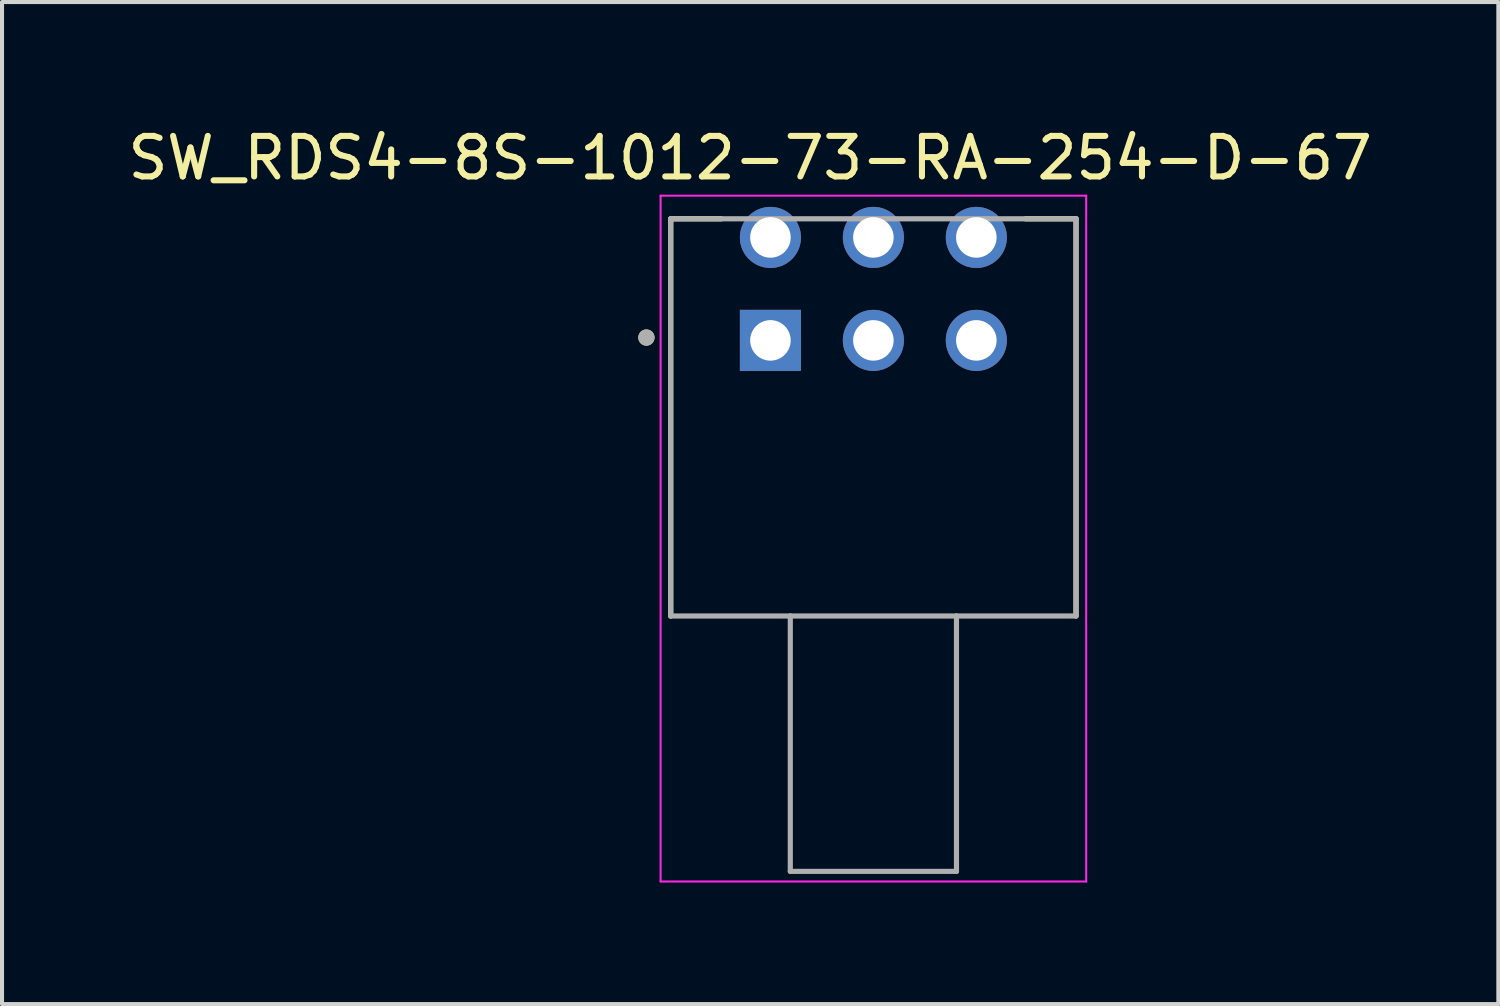
<source format=kicad_pcb>
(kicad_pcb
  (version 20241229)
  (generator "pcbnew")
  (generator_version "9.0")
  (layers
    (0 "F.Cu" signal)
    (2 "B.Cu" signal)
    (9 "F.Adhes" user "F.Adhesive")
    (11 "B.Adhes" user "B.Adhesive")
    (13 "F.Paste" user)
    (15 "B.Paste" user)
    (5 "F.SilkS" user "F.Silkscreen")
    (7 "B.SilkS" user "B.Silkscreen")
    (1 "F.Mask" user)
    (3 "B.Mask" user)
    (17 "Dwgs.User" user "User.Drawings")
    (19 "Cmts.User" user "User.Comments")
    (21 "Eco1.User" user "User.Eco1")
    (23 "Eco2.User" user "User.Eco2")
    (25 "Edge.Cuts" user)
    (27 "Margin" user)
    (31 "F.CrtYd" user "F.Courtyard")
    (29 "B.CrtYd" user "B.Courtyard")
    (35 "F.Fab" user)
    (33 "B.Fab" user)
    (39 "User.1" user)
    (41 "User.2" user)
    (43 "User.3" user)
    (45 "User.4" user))
  (footprint "SW_RDS4-8S-1012-73-RA-254-D-67"
    (layer "F.Cu")
    (at 15.958 5.348)
    (property "Reference" "SW_RDS4-8S-1012-73-RA-254-D-67" (at -0.5 -4.5 0) (layer "F.SilkS") (effects (font (size 1 1) (thickness 0.15))))
    (attr through_hole)
    (fp_line (start -2.46 -3) (end -2.46 6.8) (stroke (width 0.127) (type solid)) (layer "F.SilkS"))
    (fp_line (start -1.21 -3) (end -2.46 -3) (stroke (width 0.127) (type solid)) (layer "F.SilkS"))
    (fp_line (start 7.54 -3) (end 6.29 -3) (stroke (width 0.127) (type solid)) (layer "F.SilkS"))
    (fp_line (start 7.54 6.8) (end 7.54 -3) (stroke (width 0.127) (type solid)) (layer "F.SilkS"))
    (fp_circle (center -3.06 -0.07) (end -2.96 -0.07) (stroke (width 0.2) (type solid)) (fill no) (layer "F.SilkS"))
    (fp_line (start -2.71 -3.57) (end -2.71 13.35) (stroke (width 0.05) (type solid)) (layer "F.CrtYd"))
    (fp_line (start -2.71 13.35) (end 7.79 13.35) (stroke (width 0.05) (type solid)) (layer "F.CrtYd"))
    (fp_line (start 7.79 -3.57) (end -2.71 -3.57) (stroke (width 0.05) (type solid)) (layer "F.CrtYd"))
    (fp_line (start 7.79 13.35) (end 7.79 -3.57) (stroke (width 0.05) (type solid)) (layer "F.CrtYd"))
    (fp_line (start -2.46 -3) (end -2.46 6.8) (stroke (width 0.127) (type solid)) (layer "F.Fab"))
    (fp_line (start -2.46 6.8) (end 0.49 6.8) (stroke (width 0.127) (type solid)) (layer "F.Fab"))
    (fp_line (start 0.49 6.8) (end 0.49 13.1) (stroke (width 0.127) (type solid)) (layer "F.Fab"))
    (fp_line (start 0.49 6.8) (end 4.59 6.8) (stroke (width 0.127) (type solid)) (layer "F.Fab"))
    (fp_line (start 0.49 13.1) (end 4.59 13.1) (stroke (width 0.127) (type solid)) (layer "F.Fab"))
    (fp_line (start 4.59 6.8) (end 7.54 6.8) (stroke (width 0.127) (type solid)) (layer "F.Fab"))
    (fp_line (start 4.59 13.1) (end 4.59 6.8) (stroke (width 0.127) (type solid)) (layer "F.Fab"))
    (fp_line (start 7.54 -3) (end -2.46 -3) (stroke (width 0.127) (type solid)) (layer "F.Fab"))
    (fp_line (start 7.54 6.8) (end 7.54 -3) (stroke (width 0.127) (type solid)) (layer "F.Fab"))
    (fp_circle (center -3.06 -0.07) (end -2.96 -0.07) (stroke (width 0.2) (type solid)) (fill no) (layer "F.Fab"))
    (pad "1" thru_hole rect (at 0 0) (size 1.508 1.508) (drill 1) (layers "*.Cu" "*.Mask"))
    (pad "2" thru_hole circle (at 5.08 -2.54) (size 1.508 1.508) (drill 1) (layers "*.Cu" "*.Mask"))
    (pad "4" thru_hole circle (at 5.08 0) (size 1.508 1.508) (drill 1) (layers "*.Cu" "*.Mask"))
    (pad "C" thru_hole circle (at 2.54 -2.54) (size 1.508 1.508) (drill 1) (layers "*.Cu" "*.Mask"))
    (pad "C" thru_hole circle (at 2.54 0) (size 1.508 1.508) (drill 1) (layers "*.Cu" "*.Mask"))
    (pad "NC" thru_hole circle (at 0 -2.54) (size 1.508 1.508) (drill 1) (layers "*.Cu" "*.Mask")))
  (gr_rect
    (start -3 -3)
    (end 33.917 21.723)
    (stroke (width 0.1) (type default))
    (fill no)
    (layer "Edge.Cuts")))
</source>
